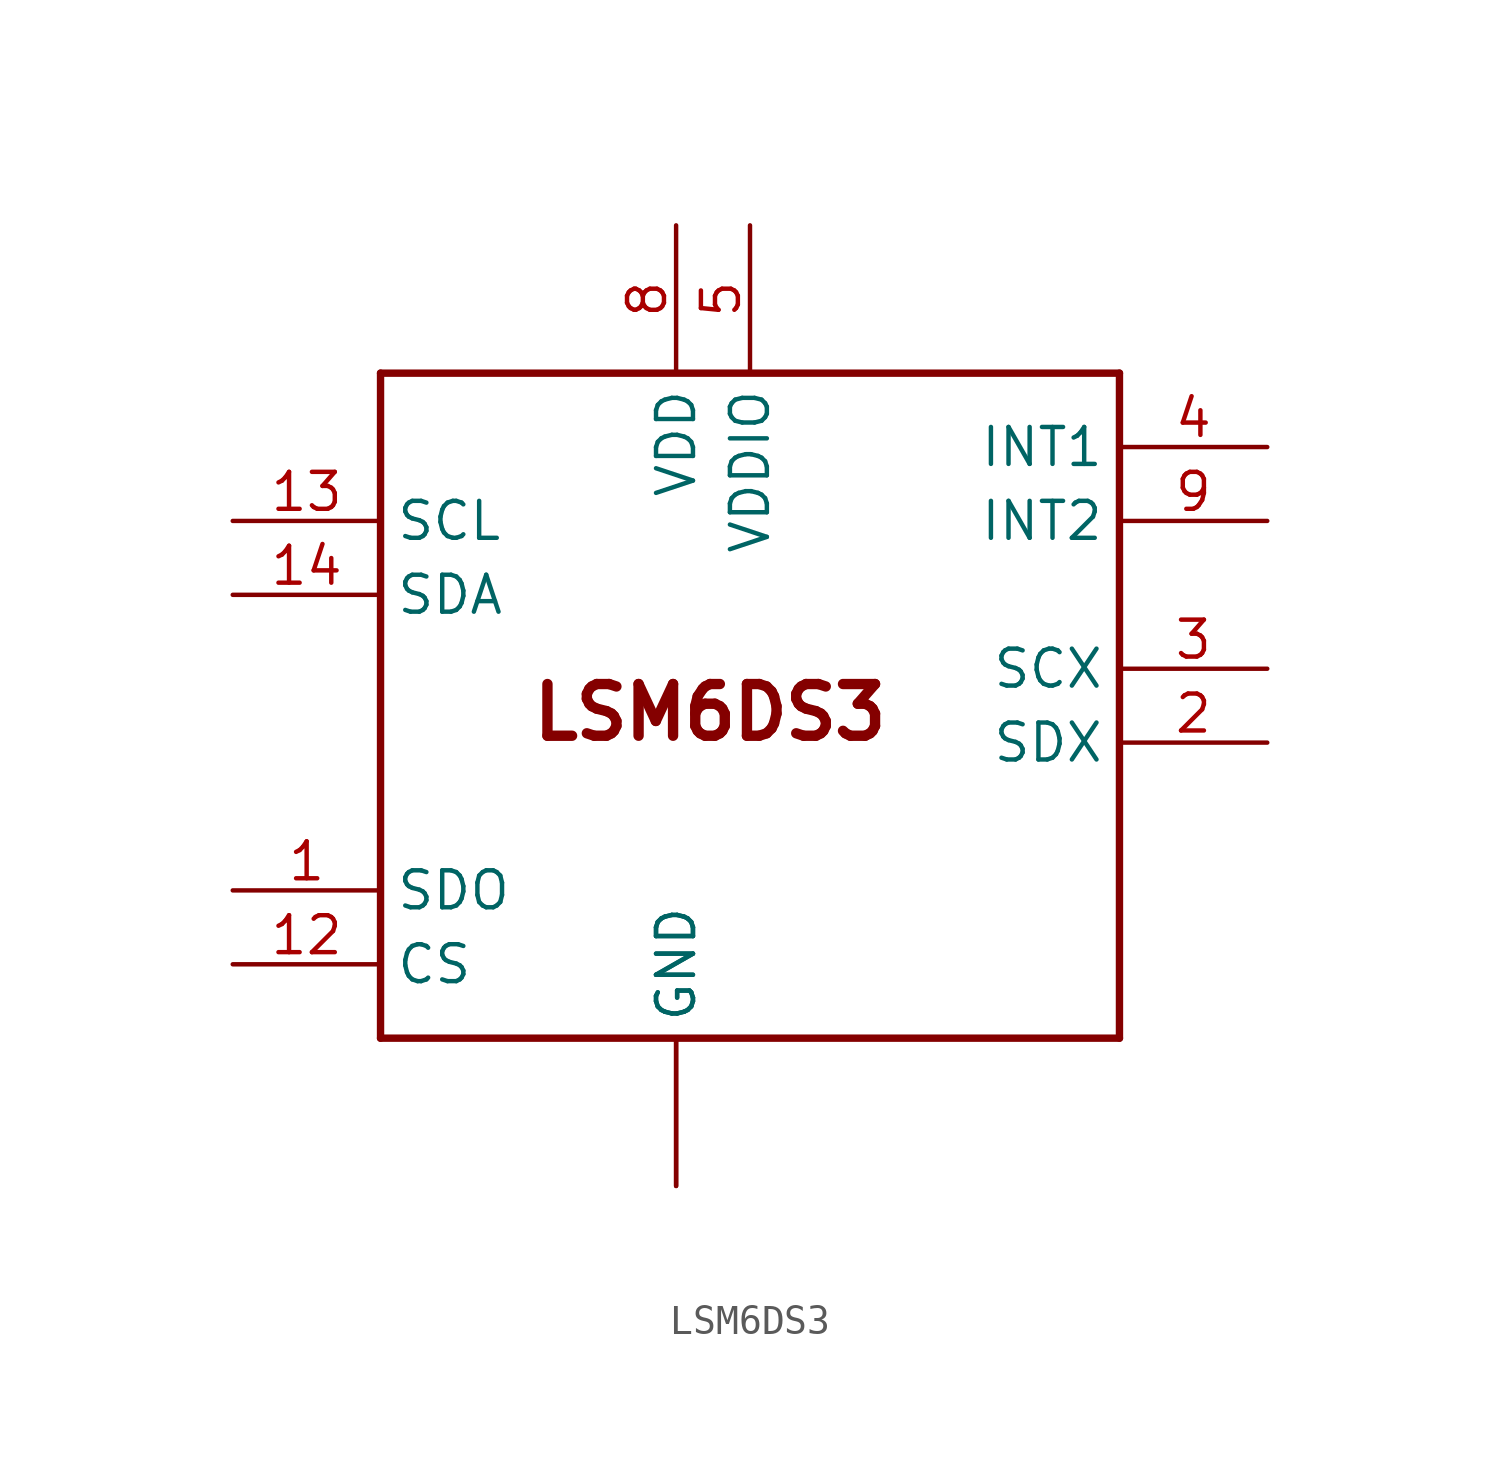
<source format=kicad_sym>
(kicad_symbol_lib
  (version 20211014)
  (generator kicad_symbol_editor)
  (symbol "LSM6DS3"
    (property "Reference" ""
      (at 0 0 0)
      (effects (font (size 1.27 1.27)) hide))
    (property "ki_locked" ""
      (at 0 0 0)
      (effects (font (size 1.27 1.27))))
    (symbol "LSM6DS3_1_0"
      (polyline (pts (xy -10.16 -12.7) (xy -10.16 10.16)) (stroke (width 0.254) (type default) (color 0 0 0 0)) (fill (type none)))
      (polyline (pts (xy -10.16 10.16) (xy 15.24 10.16)) (stroke (width 0.254) (type default) (color 0 0 0 0)) (fill (type none)))
      (polyline (pts (xy 15.24 -12.7) (xy -10.16 -12.7)) (stroke (width 0.254) (type default) (color 0 0 0 0)) (fill (type none)))
      (polyline (pts (xy 15.24 10.16) (xy 15.24 -12.7)) (stroke (width 0.254) (type default) (color 0 0 0 0)) (fill (type none)))
      (text "LSM6DS3" (at -5.08 -2.54 0) (effects (font (size 1.778 1.778) (thickness 0.356) bold) (justify left bottom)))
      (pin bidirectional line (at -15.24 -7.62 0) (length 5.08) (name "SDO" (effects (font (size 1.27 1.27)))) (number "1" (effects (font (size 1.27 1.27)))))
      (pin bidirectional line (at -15.24 -10.16 0) (length 5.08) (name "CS" (effects (font (size 1.27 1.27)))) (number "12" (effects (font (size 1.27 1.27)))))
      (pin bidirectional line (at -15.24 5.08 0) (length 5.08) (name "SCL" (effects (font (size 1.27 1.27)))) (number "13" (effects (font (size 1.27 1.27)))))
      (pin bidirectional line (at -15.24 2.54 0) (length 5.08) (name "SDA" (effects (font (size 1.27 1.27)))) (number "14" (effects (font (size 1.27 1.27)))))
      (pin bidirectional line (at 20.32 -2.54 180) (length 5.08) (name "SDX" (effects (font (size 1.27 1.27)))) (number "2" (effects (font (size 1.27 1.27)))))
      (pin bidirectional line (at 20.32 0 180) (length 5.08) (name "SCX" (effects (font (size 1.27 1.27)))) (number "3" (effects (font (size 1.27 1.27)))))
      (pin bidirectional line (at 20.32 7.62 180) (length 5.08) (name "INT1" (effects (font (size 1.27 1.27)))) (number "4" (effects (font (size 1.27 1.27)))))
      (pin power_in line (at 2.54 15.24 270) (length 5.08) (name "VDDIO" (effects (font (size 1.27 1.27)))) (number "5" (effects (font (size 1.27 1.27)))))
      (pin power_in line (at 0 -17.78 90) (length 5.08) (name "GND" (effects (font (size 1.27 1.27)))) (number "6" (effects (font (size 0 0)))))
      (pin power_in line (at 0 -17.78 90) (length 5.08) (name "GND" (effects (font (size 1.27 1.27)))) (number "7" (effects (font (size 0 0)))))
      (pin power_in line (at 0 15.24 270) (length 5.08) (name "VDD" (effects (font (size 1.27 1.27)))) (number "8" (effects (font (size 1.27 1.27)))))
      (pin bidirectional line (at 20.32 5.08 180) (length 5.08) (name "INT2" (effects (font (size 1.27 1.27)))) (number "9" (effects (font (size 1.27 1.27))))))))
</source>
